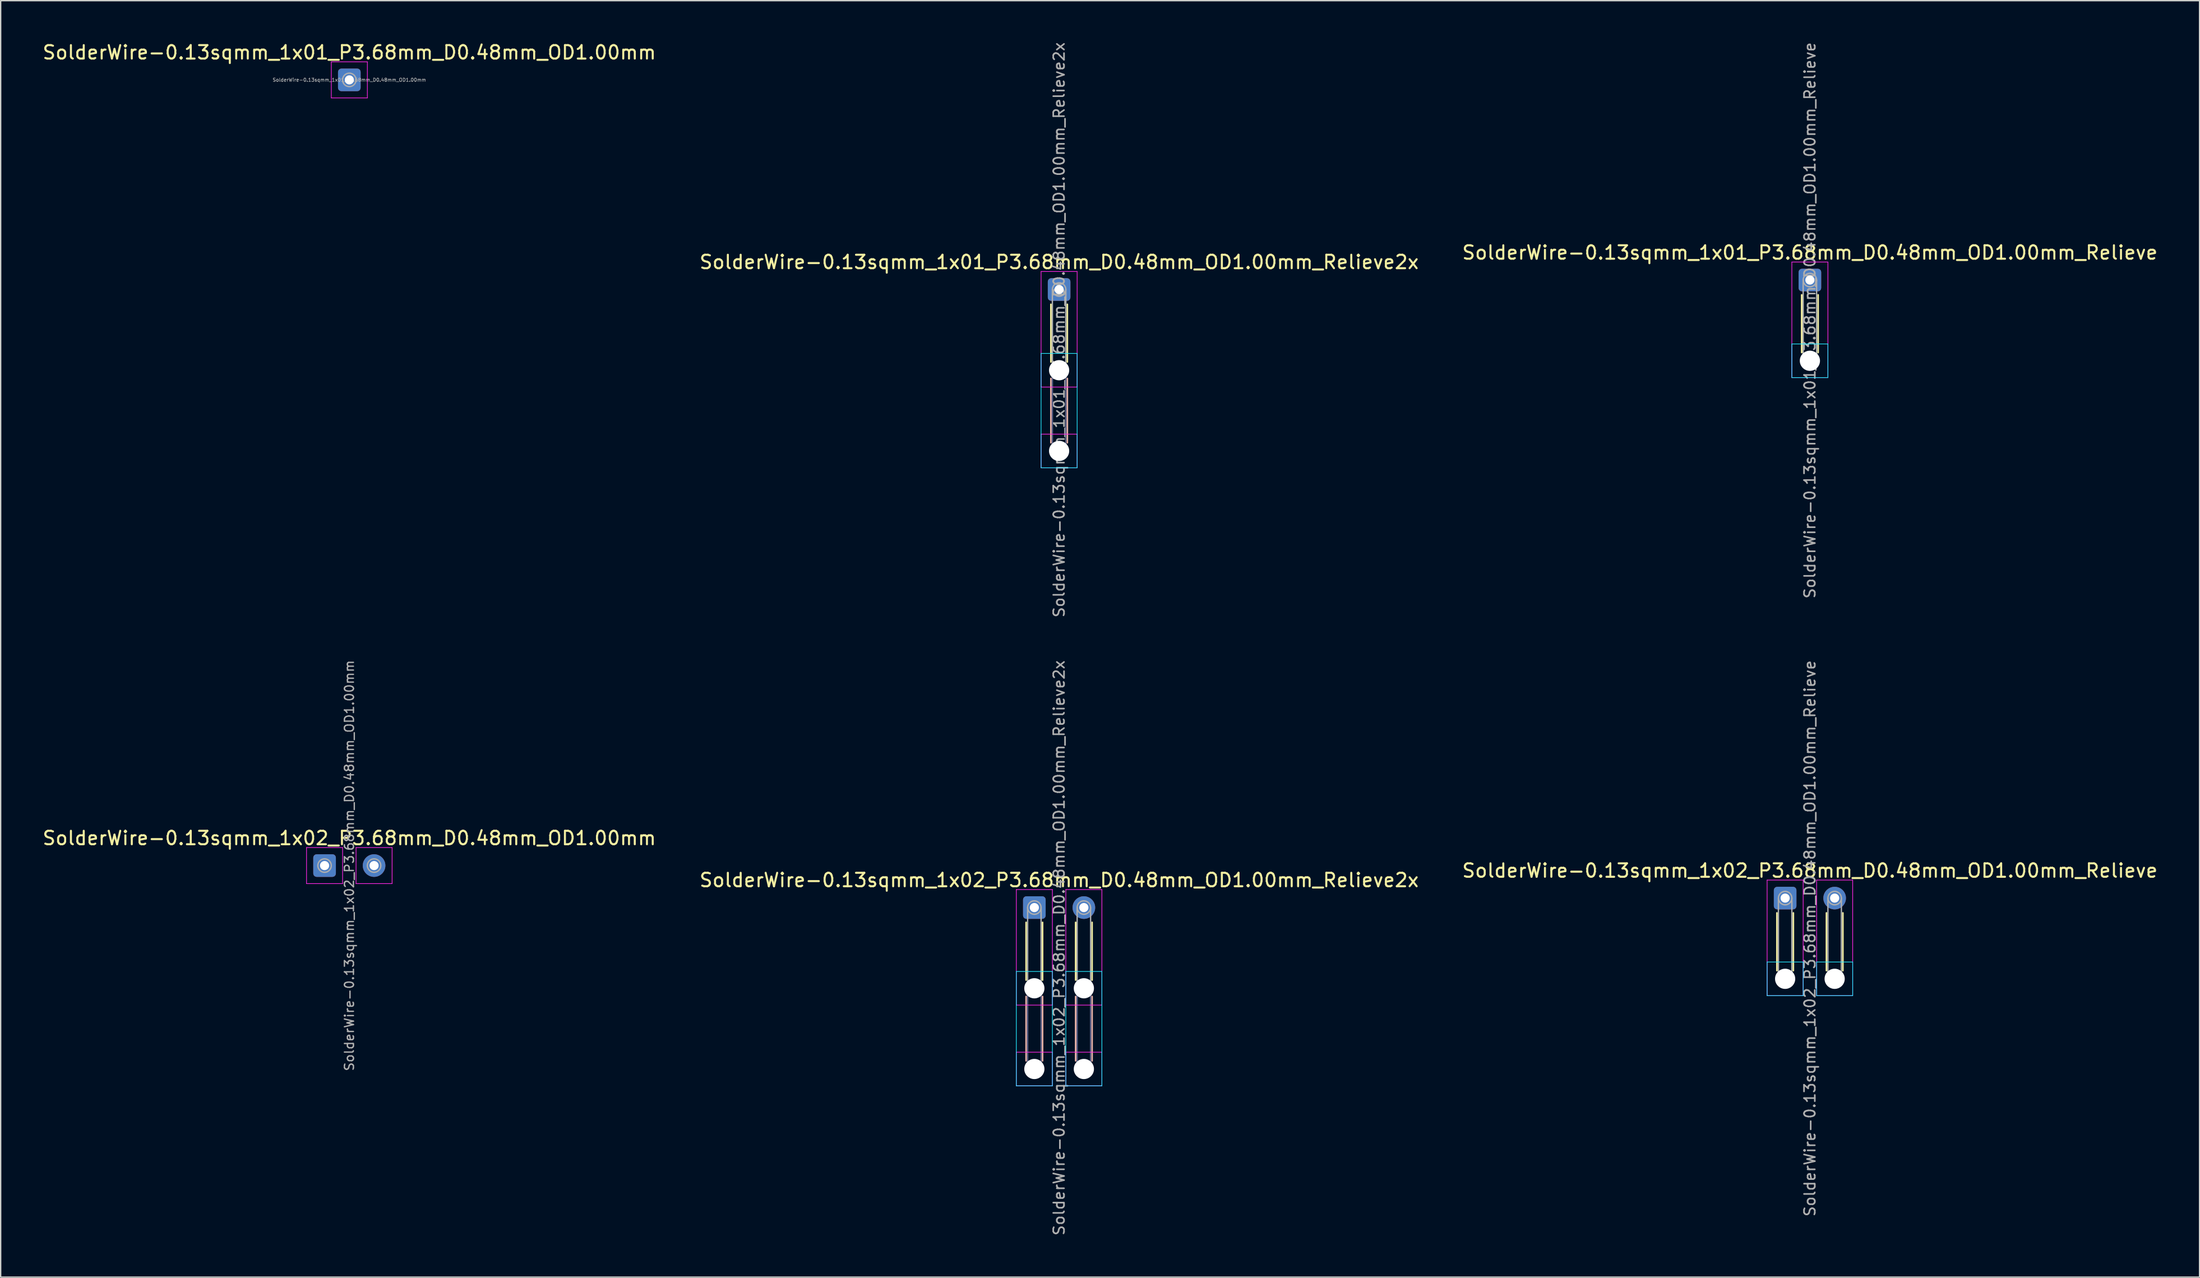
<source format=kicad_pcb>
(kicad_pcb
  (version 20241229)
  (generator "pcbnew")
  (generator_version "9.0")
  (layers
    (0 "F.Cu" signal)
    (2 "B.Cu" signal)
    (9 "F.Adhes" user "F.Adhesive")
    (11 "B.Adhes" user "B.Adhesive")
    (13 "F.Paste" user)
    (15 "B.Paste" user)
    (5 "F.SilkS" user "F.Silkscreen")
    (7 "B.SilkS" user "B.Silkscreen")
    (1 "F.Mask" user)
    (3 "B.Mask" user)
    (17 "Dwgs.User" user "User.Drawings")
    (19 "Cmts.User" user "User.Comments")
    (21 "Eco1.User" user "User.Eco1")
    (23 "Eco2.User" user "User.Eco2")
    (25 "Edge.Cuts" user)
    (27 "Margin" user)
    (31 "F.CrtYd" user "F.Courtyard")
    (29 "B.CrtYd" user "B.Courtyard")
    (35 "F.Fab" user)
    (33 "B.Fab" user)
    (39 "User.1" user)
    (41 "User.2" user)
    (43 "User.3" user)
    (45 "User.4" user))
  (footprint "SolderWire-0.13sqmm_1x01_P3.68mm_D0.48mm_OD1.00mm_Relieve"
    (layer "F.Cu")
    (at 131.458 17.767)
    (property "Reference" "SolderWire-0.13sqmm_1x01_P3.68mm_D0.48mm_OD1.00mm_Relieve" (at 0 -2.04 0) (layer "F.SilkS") (effects (font (size 1 1) (thickness 0.15))))
    (attr exclude_from_pos_files exclude_from_bom)
    (fp_line (start -0.61 1.1) (end -0.61 5.39) (stroke (width 0.12) (type solid)) (layer "F.SilkS"))
    (fp_line (start 0.61 1.1) (end 0.61 5.39) (stroke (width 0.12) (type solid)) (layer "F.SilkS"))
    (fp_line (start -1.34 4.75) (end -1.34 7.25) (stroke (width 0.05) (type solid)) (layer "B.CrtYd"))
    (fp_line (start -1.34 7.25) (end 1.34 7.25) (stroke (width 0.05) (type solid)) (layer "B.CrtYd"))
    (fp_line (start 1.34 4.75) (end -1.34 4.75) (stroke (width 0.05) (type solid)) (layer "B.CrtYd"))
    (fp_line (start 1.34 7.25) (end 1.34 4.75) (stroke (width 0.05) (type solid)) (layer "B.CrtYd"))
    (fp_line (start -1.34 -1.34) (end -1.34 7.25) (stroke (width 0.05) (type solid)) (layer "F.CrtYd"))
    (fp_line (start -1.34 7.25) (end 1.34 7.25) (stroke (width 0.05) (type solid)) (layer "F.CrtYd"))
    (fp_line (start 1.34 -1.34) (end -1.34 -1.34) (stroke (width 0.05) (type solid)) (layer "F.CrtYd"))
    (fp_line (start 1.34 7.25) (end 1.34 -1.34) (stroke (width 0.05) (type solid)) (layer "F.CrtYd"))
    (fp_line (start -0.5 0) (end -0.5 6) (stroke (width 0.1) (type solid)) (layer "F.Fab"))
    (fp_line (start 0.5 0) (end 0.5 6) (stroke (width 0.1) (type solid)) (layer "F.Fab"))
    (fp_circle (center 0 0) (end 0.5 0) (stroke (width 0.1) (type solid)) (fill no) (layer "F.Fab"))
    (fp_circle (center 0 6) (end 0.5 6) (stroke (width 0.1) (type solid)) (fill no) (layer "F.Fab"))
    (fp_text user "${REFERENCE}" (at 0 3 90) (layer "F.Fab") (effects (font (size 0.8 0.8) (thickness 0.12))))
    (pad "" np_thru_hole circle (at 0 6) (size 1.5 1.5) (drill 1.5) (layers "*.Cu" "*.Mask"))
    (pad "1" thru_hole roundrect (at 0 0) (size 1.68 1.68) (drill 0.68) (layers "*.Cu" "*.Mask") (roundrect_rratio 0.149)))
  (footprint "SolderWire-0.13sqmm_1x02_P3.68mm_D0.48mm_OD1.00mm_Relieve2x"
    (layer "F.Cu")
    (at 73.821 64.414)
    (property "Reference" "SolderWire-0.13sqmm_1x02_P3.68mm_D0.48mm_OD1.00mm_Relieve2x" (at 1.84 -2.04 0) (layer "F.SilkS") (effects (font (size 1 1) (thickness 0.15))))
    (attr exclude_from_pos_files exclude_from_bom)
    (fp_line (start -0.61 1.1) (end -0.61 5.39) (stroke (width 0.12) (type solid)) (layer "F.SilkS"))
    (fp_line (start 0.61 1.1) (end 0.61 5.39) (stroke (width 0.12) (type solid)) (layer "F.SilkS"))
    (fp_line (start 3.07 1.1) (end 3.07 5.39) (stroke (width 0.12) (type solid)) (layer "F.SilkS"))
    (fp_line (start 4.29 1.1) (end 4.29 5.39) (stroke (width 0.12) (type solid)) (layer "F.SilkS"))
    (fp_line (start -0.61 6.61) (end -0.61 11.39) (stroke (width 0.12) (type solid)) (layer "B.SilkS"))
    (fp_line (start 0.61 6.61) (end 0.61 11.39) (stroke (width 0.12) (type solid)) (layer "B.SilkS"))
    (fp_line (start 3.07 6.61) (end 3.07 11.39) (stroke (width 0.12) (type solid)) (layer "B.SilkS"))
    (fp_line (start 4.29 6.61) (end 4.29 11.39) (stroke (width 0.12) (type solid)) (layer "B.SilkS"))
    (fp_line (start -1.34 4.75) (end -1.34 13.25) (stroke (width 0.05) (type solid)) (layer "B.CrtYd"))
    (fp_line (start -1.34 13.25) (end 1.34 13.25) (stroke (width 0.05) (type solid)) (layer "B.CrtYd"))
    (fp_line (start 1.34 4.75) (end -1.34 4.75) (stroke (width 0.05) (type solid)) (layer "B.CrtYd"))
    (fp_line (start 1.34 13.25) (end 1.34 4.75) (stroke (width 0.05) (type solid)) (layer "B.CrtYd"))
    (fp_line (start 2.34 4.75) (end 2.34 13.25) (stroke (width 0.05) (type solid)) (layer "B.CrtYd"))
    (fp_line (start 2.34 13.25) (end 5.02 13.25) (stroke (width 0.05) (type solid)) (layer "B.CrtYd"))
    (fp_line (start 5.02 4.75) (end 2.34 4.75) (stroke (width 0.05) (type solid)) (layer "B.CrtYd"))
    (fp_line (start 5.02 13.25) (end 5.02 4.75) (stroke (width 0.05) (type solid)) (layer "B.CrtYd"))
    (fp_line (start -1.34 -1.34) (end -1.34 7.25) (stroke (width 0.05) (type solid)) (layer "F.CrtYd"))
    (fp_line (start -1.34 7.25) (end 1.34 7.25) (stroke (width 0.05) (type solid)) (layer "F.CrtYd"))
    (fp_line (start -1.34 10.75) (end -1.34 13.25) (stroke (width 0.05) (type solid)) (layer "F.CrtYd"))
    (fp_line (start -1.34 13.25) (end 1.34 13.25) (stroke (width 0.05) (type solid)) (layer "F.CrtYd"))
    (fp_line (start 1.34 -1.34) (end -1.34 -1.34) (stroke (width 0.05) (type solid)) (layer "F.CrtYd"))
    (fp_line (start 1.34 7.25) (end 1.34 -1.34) (stroke (width 0.05) (type solid)) (layer "F.CrtYd"))
    (fp_line (start 1.34 10.75) (end -1.34 10.75) (stroke (width 0.05) (type solid)) (layer "F.CrtYd"))
    (fp_line (start 1.34 13.25) (end 1.34 10.75) (stroke (width 0.05) (type solid)) (layer "F.CrtYd"))
    (fp_line (start 2.34 -1.34) (end 2.34 7.25) (stroke (width 0.05) (type solid)) (layer "F.CrtYd"))
    (fp_line (start 2.34 7.25) (end 5.02 7.25) (stroke (width 0.05) (type solid)) (layer "F.CrtYd"))
    (fp_line (start 2.34 10.75) (end 2.34 13.25) (stroke (width 0.05) (type solid)) (layer "F.CrtYd"))
    (fp_line (start 2.34 13.25) (end 5.02 13.25) (stroke (width 0.05) (type solid)) (layer "F.CrtYd"))
    (fp_line (start 5.02 -1.34) (end 2.34 -1.34) (stroke (width 0.05) (type solid)) (layer "F.CrtYd"))
    (fp_line (start 5.02 7.25) (end 5.02 -1.34) (stroke (width 0.05) (type solid)) (layer "F.CrtYd"))
    (fp_line (start 5.02 10.75) (end 2.34 10.75) (stroke (width 0.05) (type solid)) (layer "F.CrtYd"))
    (fp_line (start 5.02 13.25) (end 5.02 10.75) (stroke (width 0.05) (type solid)) (layer "F.CrtYd"))
    (fp_line (start -0.5 6) (end -0.5 12) (stroke (width 0.1) (type solid)) (layer "B.Fab"))
    (fp_line (start 0.5 6) (end 0.5 12) (stroke (width 0.1) (type solid)) (layer "B.Fab"))
    (fp_line (start 3.18 6) (end 3.18 12) (stroke (width 0.1) (type solid)) (layer "B.Fab"))
    (fp_line (start 4.18 6) (end 4.18 12) (stroke (width 0.1) (type solid)) (layer "B.Fab"))
    (fp_circle (center 0 6) (end 0.5 6) (stroke (width 0.1) (type solid)) (fill no) (layer "B.Fab"))
    (fp_circle (center 0 12) (end 0.5 12) (stroke (width 0.1) (type solid)) (fill no) (layer "B.Fab"))
    (fp_circle (center 3.68 6) (end 4.18 6) (stroke (width 0.1) (type solid)) (fill no) (layer "B.Fab"))
    (fp_circle (center 3.68 12) (end 4.18 12) (stroke (width 0.1) (type solid)) (fill no) (layer "B.Fab"))
    (fp_line (start -0.5 0) (end -0.5 6) (stroke (width 0.1) (type solid)) (layer "F.Fab"))
    (fp_line (start 0.5 0) (end 0.5 6) (stroke (width 0.1) (type solid)) (layer "F.Fab"))
    (fp_line (start 3.18 0) (end 3.18 6) (stroke (width 0.1) (type solid)) (layer "F.Fab"))
    (fp_line (start 4.18 0) (end 4.18 6) (stroke (width 0.1) (type solid)) (layer "F.Fab"))
    (fp_circle (center 0 0) (end 0.5 0) (stroke (width 0.1) (type solid)) (fill no) (layer "F.Fab"))
    (fp_circle (center 0 6) (end 0.5 6) (stroke (width 0.1) (type solid)) (fill no) (layer "F.Fab"))
    (fp_circle (center 0 12) (end 0.5 12) (stroke (width 0.1) (type solid)) (fill no) (layer "F.Fab"))
    (fp_circle (center 3.68 0) (end 4.18 0) (stroke (width 0.1) (type solid)) (fill no) (layer "F.Fab"))
    (fp_circle (center 3.68 6) (end 4.18 6) (stroke (width 0.1) (type solid)) (fill no) (layer "F.Fab"))
    (fp_circle (center 3.68 12) (end 4.18 12) (stroke (width 0.1) (type solid)) (fill no) (layer "F.Fab"))
    (fp_text user "${REFERENCE}" (at 1.84 3 90) (layer "F.Fab") (effects (font (size 0.8 0.8) (thickness 0.12))))
    (pad "" np_thru_hole circle (at 0 6) (size 1.5 1.5) (drill 1.5) (layers "*.Cu" "*.Mask"))
    (pad "" np_thru_hole circle (at 0 12) (size 1.5 1.5) (drill 1.5) (layers "*.Cu" "*.Mask"))
    (pad "" np_thru_hole circle (at 3.68 6) (size 1.5 1.5) (drill 1.5) (layers "*.Cu" "*.Mask"))
    (pad "" np_thru_hole circle (at 3.68 12) (size 1.5 1.5) (drill 1.5) (layers "*.Cu" "*.Mask"))
    (pad "1" thru_hole roundrect (at 0 0) (size 1.68 1.68) (drill 0.68) (layers "*.Cu" "*.Mask") (roundrect_rratio 0.149))
    (pad "2" thru_hole circle (at 3.68 0) (size 1.68 1.68) (drill 0.68) (layers "*.Cu" "*.Mask")))
  (footprint "SolderWire-0.13sqmm_1x02_P3.68mm_D0.48mm_OD1.00mm"
    (layer "F.Cu")
    (at 21.071 61.292)
    (property "Reference" "SolderWire-0.13sqmm_1x02_P3.68mm_D0.48mm_OD1.00mm" (at 1.84 -2.04 0) (layer "F.SilkS") (effects (font (size 1 1) (thickness 0.15))))
    (attr exclude_from_pos_files exclude_from_bom)
    (fp_line (start -1.34 -1.34) (end -1.34 1.34) (stroke (width 0.05) (type solid)) (layer "F.CrtYd"))
    (fp_line (start -1.34 1.34) (end 1.34 1.34) (stroke (width 0.05) (type solid)) (layer "F.CrtYd"))
    (fp_line (start 1.34 -1.34) (end -1.34 -1.34) (stroke (width 0.05) (type solid)) (layer "F.CrtYd"))
    (fp_line (start 1.34 1.34) (end 1.34 -1.34) (stroke (width 0.05) (type solid)) (layer "F.CrtYd"))
    (fp_line (start 2.34 -1.34) (end 2.34 1.34) (stroke (width 0.05) (type solid)) (layer "F.CrtYd"))
    (fp_line (start 2.34 1.34) (end 5.02 1.34) (stroke (width 0.05) (type solid)) (layer "F.CrtYd"))
    (fp_line (start 5.02 -1.34) (end 2.34 -1.34) (stroke (width 0.05) (type solid)) (layer "F.CrtYd"))
    (fp_line (start 5.02 1.34) (end 5.02 -1.34) (stroke (width 0.05) (type solid)) (layer "F.CrtYd"))
    (fp_circle (center 0 0) (end 0.5 0) (stroke (width 0.1) (type solid)) (fill no) (layer "F.Fab"))
    (fp_circle (center 3.68 0) (end 4.18 0) (stroke (width 0.1) (type solid)) (fill no) (layer "F.Fab"))
    (fp_text user "${REFERENCE}" (at 1.84 0 90) (layer "F.Fab") (effects (font (size 0.67 0.67) (thickness 0.1))))
    (pad "1" thru_hole roundrect (at 0 0) (size 1.68 1.68) (drill 0.68) (layers "*.Cu" "*.Mask") (roundrect_rratio 0.149))
    (pad "2" thru_hole circle (at 3.68 0) (size 1.68 1.68) (drill 0.68) (layers "*.Cu" "*.Mask")))
  (footprint "SolderWire-0.13sqmm_1x01_P3.68mm_D0.48mm_OD1.00mm_Relieve2x"
    (layer "F.Cu")
    (at 75.661 18.471)
    (property "Reference" "SolderWire-0.13sqmm_1x01_P3.68mm_D0.48mm_OD1.00mm_Relieve2x" (at 0 -2.04 0) (layer "F.SilkS") (effects (font (size 1 1) (thickness 0.15))))
    (attr exclude_from_pos_files exclude_from_bom)
    (fp_line (start -0.61 1.1) (end -0.61 5.39) (stroke (width 0.12) (type solid)) (layer "F.SilkS"))
    (fp_line (start 0.61 1.1) (end 0.61 5.39) (stroke (width 0.12) (type solid)) (layer "F.SilkS"))
    (fp_line (start -0.61 6.61) (end -0.61 11.39) (stroke (width 0.12) (type solid)) (layer "B.SilkS"))
    (fp_line (start 0.61 6.61) (end 0.61 11.39) (stroke (width 0.12) (type solid)) (layer "B.SilkS"))
    (fp_line (start -1.34 4.75) (end -1.34 13.25) (stroke (width 0.05) (type solid)) (layer "B.CrtYd"))
    (fp_line (start -1.34 13.25) (end 1.34 13.25) (stroke (width 0.05) (type solid)) (layer "B.CrtYd"))
    (fp_line (start 1.34 4.75) (end -1.34 4.75) (stroke (width 0.05) (type solid)) (layer "B.CrtYd"))
    (fp_line (start 1.34 13.25) (end 1.34 4.75) (stroke (width 0.05) (type solid)) (layer "B.CrtYd"))
    (fp_line (start -1.34 -1.34) (end -1.34 7.25) (stroke (width 0.05) (type solid)) (layer "F.CrtYd"))
    (fp_line (start -1.34 7.25) (end 1.34 7.25) (stroke (width 0.05) (type solid)) (layer "F.CrtYd"))
    (fp_line (start -1.34 10.75) (end -1.34 13.25) (stroke (width 0.05) (type solid)) (layer "F.CrtYd"))
    (fp_line (start -1.34 13.25) (end 1.34 13.25) (stroke (width 0.05) (type solid)) (layer "F.CrtYd"))
    (fp_line (start 1.34 -1.34) (end -1.34 -1.34) (stroke (width 0.05) (type solid)) (layer "F.CrtYd"))
    (fp_line (start 1.34 7.25) (end 1.34 -1.34) (stroke (width 0.05) (type solid)) (layer "F.CrtYd"))
    (fp_line (start 1.34 10.75) (end -1.34 10.75) (stroke (width 0.05) (type solid)) (layer "F.CrtYd"))
    (fp_line (start 1.34 13.25) (end 1.34 10.75) (stroke (width 0.05) (type solid)) (layer "F.CrtYd"))
    (fp_line (start -0.5 6) (end -0.5 12) (stroke (width 0.1) (type solid)) (layer "B.Fab"))
    (fp_line (start 0.5 6) (end 0.5 12) (stroke (width 0.1) (type solid)) (layer "B.Fab"))
    (fp_circle (center 0 6) (end 0.5 6) (stroke (width 0.1) (type solid)) (fill no) (layer "B.Fab"))
    (fp_circle (center 0 12) (end 0.5 12) (stroke (width 0.1) (type solid)) (fill no) (layer "B.Fab"))
    (fp_line (start -0.5 0) (end -0.5 6) (stroke (width 0.1) (type solid)) (layer "F.Fab"))
    (fp_line (start 0.5 0) (end 0.5 6) (stroke (width 0.1) (type solid)) (layer "F.Fab"))
    (fp_circle (center 0 0) (end 0.5 0) (stroke (width 0.1) (type solid)) (fill no) (layer "F.Fab"))
    (fp_circle (center 0 6) (end 0.5 6) (stroke (width 0.1) (type solid)) (fill no) (layer "F.Fab"))
    (fp_circle (center 0 12) (end 0.5 12) (stroke (width 0.1) (type solid)) (fill no) (layer "F.Fab"))
    (fp_text user "${REFERENCE}" (at 0 3 90) (layer "F.Fab") (effects (font (size 0.8 0.8) (thickness 0.12))))
    (pad "" np_thru_hole circle (at 0 6) (size 1.5 1.5) (drill 1.5) (layers "*.Cu" "*.Mask"))
    (pad "" np_thru_hole circle (at 0 12) (size 1.5 1.5) (drill 1.5) (layers "*.Cu" "*.Mask"))
    (pad "1" thru_hole roundrect (at 0 0) (size 1.68 1.68) (drill 0.68) (layers "*.Cu" "*.Mask") (roundrect_rratio 0.149)))
  (footprint "SolderWire-0.13sqmm_1x01_P3.68mm_D0.48mm_OD1.00mm"
    (layer "F.Cu")
    (at 22.911 2.888)
    (property "Reference" "SolderWire-0.13sqmm_1x01_P3.68mm_D0.48mm_OD1.00mm" (at 0 -2.04 0) (layer "F.SilkS") (effects (font (size 1 1) (thickness 0.15))))
    (attr exclude_from_pos_files exclude_from_bom)
    (fp_line (start -1.34 -1.34) (end -1.34 1.34) (stroke (width 0.05) (type solid)) (layer "F.CrtYd"))
    (fp_line (start -1.34 1.34) (end 1.34 1.34) (stroke (width 0.05) (type solid)) (layer "F.CrtYd"))
    (fp_line (start 1.34 -1.34) (end -1.34 -1.34) (stroke (width 0.05) (type solid)) (layer "F.CrtYd"))
    (fp_line (start 1.34 1.34) (end 1.34 -1.34) (stroke (width 0.05) (type solid)) (layer "F.CrtYd"))
    (fp_circle (center 0 0) (end 0.5 0) (stroke (width 0.1) (type solid)) (fill no) (layer "F.Fab"))
    (fp_text user "${REFERENCE}" (at 0 0 0) (layer "F.Fab") (effects (font (size 0.25 0.25) (thickness 0.04))))
    (pad "1" thru_hole roundrect (at 0 0) (size 1.68 1.68) (drill 0.68) (layers "*.Cu" "*.Mask") (roundrect_rratio 0.149)))
  (footprint "SolderWire-0.13sqmm_1x02_P3.68mm_D0.48mm_OD1.00mm_Relieve"
    (layer "F.Cu")
    (at 129.618 63.71)
    (property "Reference" "SolderWire-0.13sqmm_1x02_P3.68mm_D0.48mm_OD1.00mm_Relieve" (at 1.84 -2.04 0) (layer "F.SilkS") (effects (font (size 1 1) (thickness 0.15))))
    (attr exclude_from_pos_files exclude_from_bom)
    (fp_line (start -0.61 1.1) (end -0.61 5.39) (stroke (width 0.12) (type solid)) (layer "F.SilkS"))
    (fp_line (start 0.61 1.1) (end 0.61 5.39) (stroke (width 0.12) (type solid)) (layer "F.SilkS"))
    (fp_line (start 3.07 1.1) (end 3.07 5.39) (stroke (width 0.12) (type solid)) (layer "F.SilkS"))
    (fp_line (start 4.29 1.1) (end 4.29 5.39) (stroke (width 0.12) (type solid)) (layer "F.SilkS"))
    (fp_line (start -1.34 4.75) (end -1.34 7.25) (stroke (width 0.05) (type solid)) (layer "B.CrtYd"))
    (fp_line (start -1.34 7.25) (end 1.34 7.25) (stroke (width 0.05) (type solid)) (layer "B.CrtYd"))
    (fp_line (start 1.34 4.75) (end -1.34 4.75) (stroke (width 0.05) (type solid)) (layer "B.CrtYd"))
    (fp_line (start 1.34 7.25) (end 1.34 4.75) (stroke (width 0.05) (type solid)) (layer "B.CrtYd"))
    (fp_line (start 2.34 4.75) (end 2.34 7.25) (stroke (width 0.05) (type solid)) (layer "B.CrtYd"))
    (fp_line (start 2.34 7.25) (end 5.02 7.25) (stroke (width 0.05) (type solid)) (layer "B.CrtYd"))
    (fp_line (start 5.02 4.75) (end 2.34 4.75) (stroke (width 0.05) (type solid)) (layer "B.CrtYd"))
    (fp_line (start 5.02 7.25) (end 5.02 4.75) (stroke (width 0.05) (type solid)) (layer "B.CrtYd"))
    (fp_line (start -1.34 -1.34) (end -1.34 7.25) (stroke (width 0.05) (type solid)) (layer "F.CrtYd"))
    (fp_line (start -1.34 7.25) (end 1.34 7.25) (stroke (width 0.05) (type solid)) (layer "F.CrtYd"))
    (fp_line (start 1.34 -1.34) (end -1.34 -1.34) (stroke (width 0.05) (type solid)) (layer "F.CrtYd"))
    (fp_line (start 1.34 7.25) (end 1.34 -1.34) (stroke (width 0.05) (type solid)) (layer "F.CrtYd"))
    (fp_line (start 2.34 -1.34) (end 2.34 7.25) (stroke (width 0.05) (type solid)) (layer "F.CrtYd"))
    (fp_line (start 2.34 7.25) (end 5.02 7.25) (stroke (width 0.05) (type solid)) (layer "F.CrtYd"))
    (fp_line (start 5.02 -1.34) (end 2.34 -1.34) (stroke (width 0.05) (type solid)) (layer "F.CrtYd"))
    (fp_line (start 5.02 7.25) (end 5.02 -1.34) (stroke (width 0.05) (type solid)) (layer "F.CrtYd"))
    (fp_line (start -0.5 0) (end -0.5 6) (stroke (width 0.1) (type solid)) (layer "F.Fab"))
    (fp_line (start 0.5 0) (end 0.5 6) (stroke (width 0.1) (type solid)) (layer "F.Fab"))
    (fp_line (start 3.18 0) (end 3.18 6) (stroke (width 0.1) (type solid)) (layer "F.Fab"))
    (fp_line (start 4.18 0) (end 4.18 6) (stroke (width 0.1) (type solid)) (layer "F.Fab"))
    (fp_circle (center 0 0) (end 0.5 0) (stroke (width 0.1) (type solid)) (fill no) (layer "F.Fab"))
    (fp_circle (center 0 6) (end 0.5 6) (stroke (width 0.1) (type solid)) (fill no) (layer "F.Fab"))
    (fp_circle (center 3.68 0) (end 4.18 0) (stroke (width 0.1) (type solid)) (fill no) (layer "F.Fab"))
    (fp_circle (center 3.68 6) (end 4.18 6) (stroke (width 0.1) (type solid)) (fill no) (layer "F.Fab"))
    (fp_text user "${REFERENCE}" (at 1.84 3 90) (layer "F.Fab") (effects (font (size 0.8 0.8) (thickness 0.12))))
    (pad "" np_thru_hole circle (at 0 6) (size 1.5 1.5) (drill 1.5) (layers "*.Cu" "*.Mask"))
    (pad "" np_thru_hole circle (at 3.68 6) (size 1.5 1.5) (drill 1.5) (layers "*.Cu" "*.Mask"))
    (pad "1" thru_hole roundrect (at 0 0) (size 1.68 1.68) (drill 0.68) (layers "*.Cu" "*.Mask") (roundrect_rratio 0.149))
    (pad "2" thru_hole circle (at 3.68 0) (size 1.68 1.68) (drill 0.68) (layers "*.Cu" "*.Mask")))
  (gr_rect
    (start -3 -3)
    (end 160.417 91.886)
    (stroke (width 0.1) (type default))
    (fill no)
    (layer "Edge.Cuts")))
</source>
